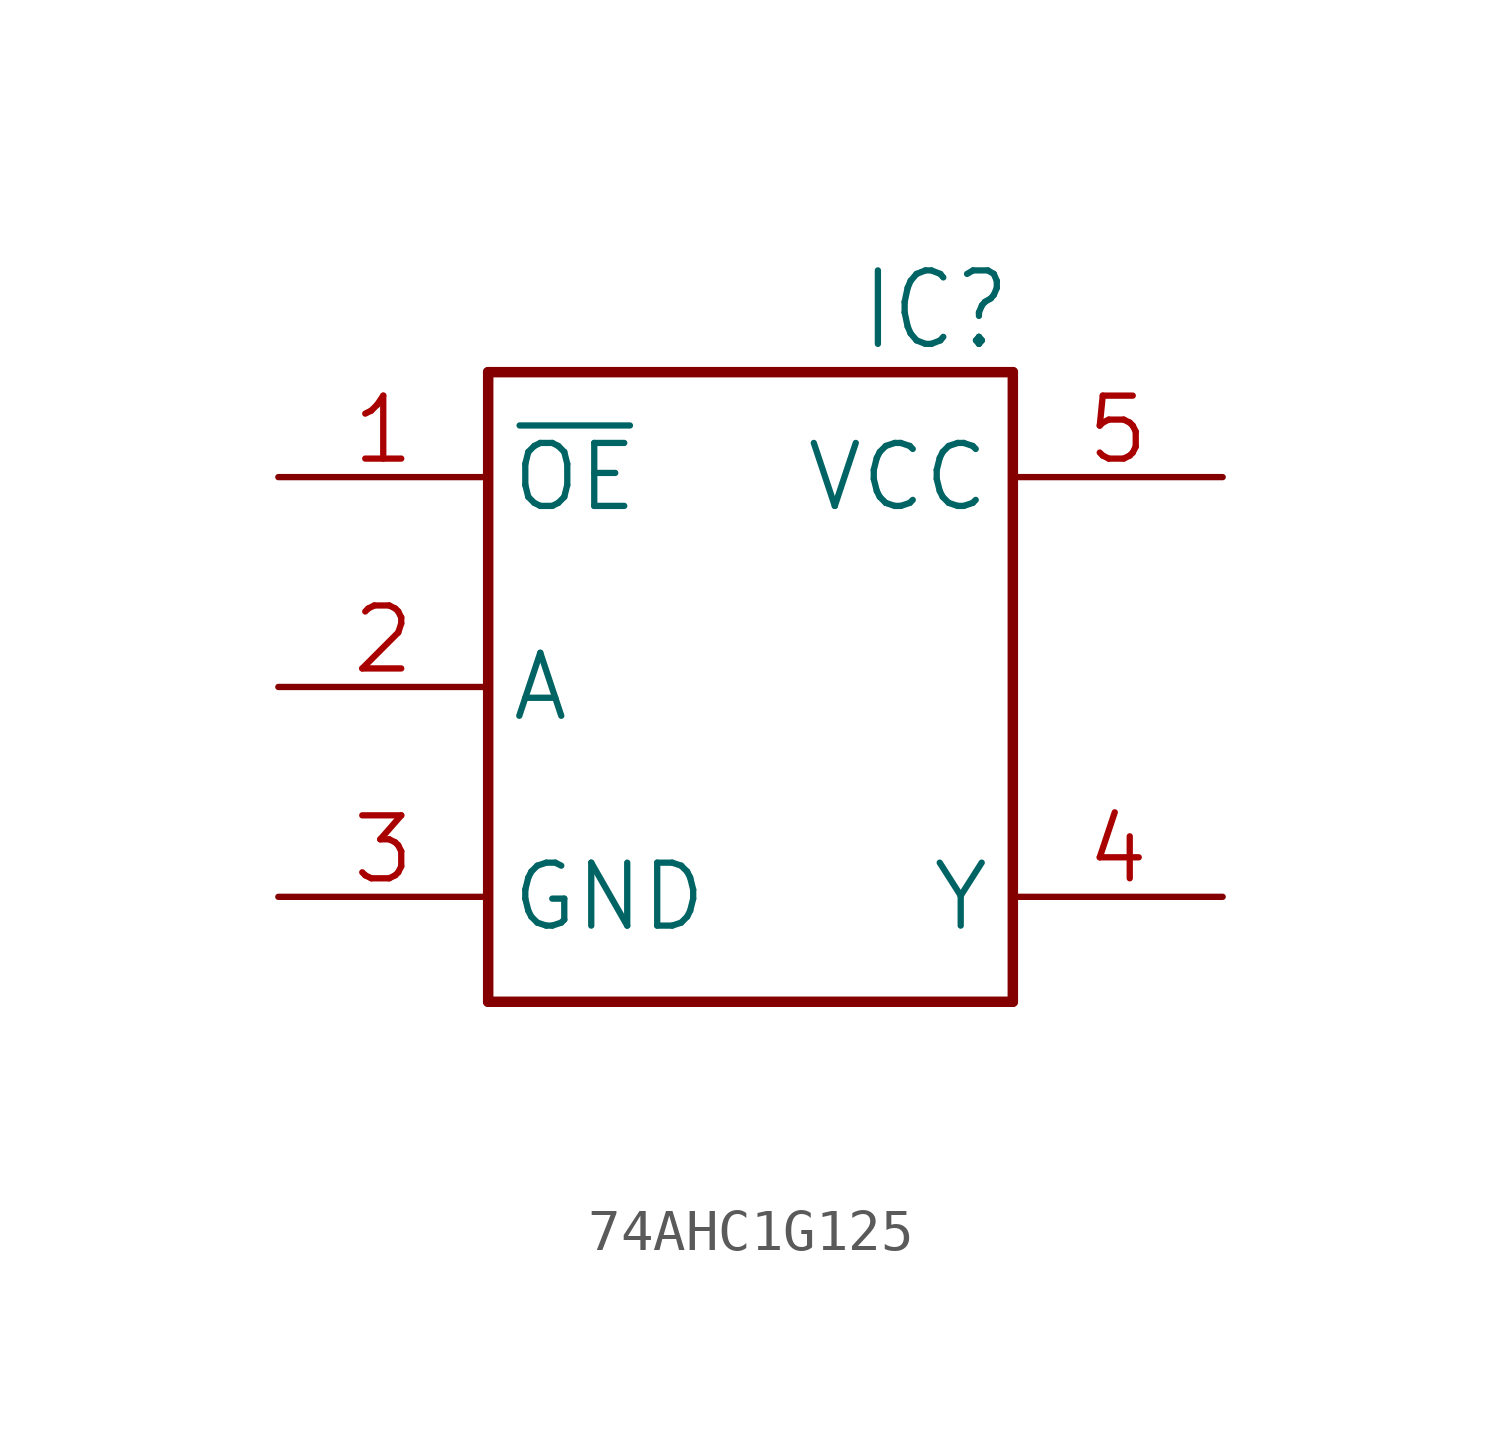
<source format=kicad_sym>
(kicad_symbol_lib
  (version 20241209)
  (generator "kicad_symbol_editor")
  (generator_version "9.0")
  (symbol "74AHC1G125"
    (property "Reference" "IC"
      (at 7.62 10.16 0)
      (effects (font (size 1.778 1.511)) (justify right top)))
    (property "Value" ""
      (at -5.08 -10.16 0)
      (effects (font (size 1.778 1.511)) (justify left bottom)))
    (property "ki_locked" ""
      (at 0 0 0)
      (effects (font (size 1.27 1.27))))
    (symbol "74AHC1G125_1_0"
      (polyline (pts (xy -5.08 7.62) (xy 7.62 7.62)) (stroke (width 0.254) (type solid)) (fill (type none)))
      (polyline (pts (xy -5.08 -7.62) (xy -5.08 7.62)) (stroke (width 0.254) (type solid)) (fill (type none)))
      (polyline (pts (xy 7.62 7.62) (xy 7.62 -7.62)) (stroke (width 0.254) (type solid)) (fill (type none)))
      (polyline (pts (xy 7.62 -7.62) (xy -5.08 -7.62)) (stroke (width 0.254) (type solid)) (fill (type none)))
      (pin input line (at -10.16 5.08 0) (length 5.08) (name "~{OE}" (effects (font (size 1.524 1.524)))) (number "1" (effects (font (size 1.524 1.524)))))
      (pin input line (at -10.16 0 0) (length 5.08) (name "A" (effects (font (size 1.524 1.524)))) (number "2" (effects (font (size 1.524 1.524)))))
      (pin power_in line (at -10.16 -5.08 0) (length 5.08) (name "GND" (effects (font (size 1.524 1.524)))) (number "3" (effects (font (size 1.524 1.524)))))
      (pin power_in line (at 12.7 5.08 180) (length 5.08) (name "VCC" (effects (font (size 1.524 1.524)))) (number "5" (effects (font (size 1.524 1.524)))))
      (pin output line (at 12.7 -5.08 180) (length 5.08) (name "Y" (effects (font (size 1.524 1.524)))) (number "4" (effects (font (size 1.524 1.524))))))))
</source>
